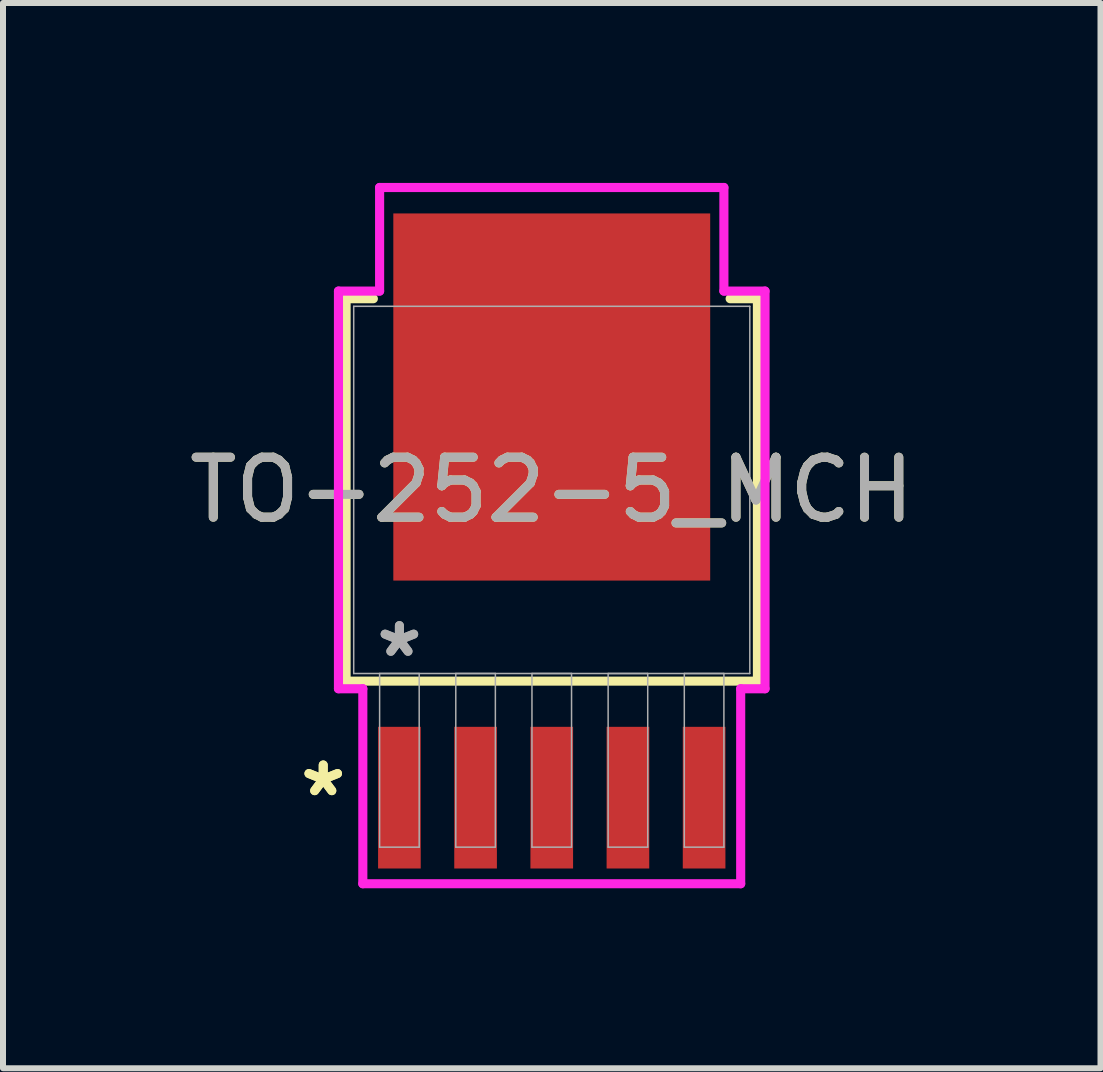
<source format=kicad_pcb>
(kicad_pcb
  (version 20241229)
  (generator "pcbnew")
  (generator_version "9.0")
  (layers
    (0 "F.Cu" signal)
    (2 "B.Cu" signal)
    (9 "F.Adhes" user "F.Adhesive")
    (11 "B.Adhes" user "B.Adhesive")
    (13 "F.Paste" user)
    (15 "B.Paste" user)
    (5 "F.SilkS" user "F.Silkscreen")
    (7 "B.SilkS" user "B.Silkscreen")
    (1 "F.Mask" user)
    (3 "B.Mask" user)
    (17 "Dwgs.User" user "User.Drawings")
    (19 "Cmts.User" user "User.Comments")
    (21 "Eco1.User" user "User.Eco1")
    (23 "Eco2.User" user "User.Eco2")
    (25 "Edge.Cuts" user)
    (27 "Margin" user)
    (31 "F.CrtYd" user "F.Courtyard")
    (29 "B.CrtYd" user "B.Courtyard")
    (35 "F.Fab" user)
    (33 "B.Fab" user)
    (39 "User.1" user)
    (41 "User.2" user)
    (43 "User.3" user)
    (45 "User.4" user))
  (footprint "TO-252-5_MCH"
    (layer "F.Cu")
    (at 6.149 5.118)
    (property "Reference" "TO-252-5_MCH" (at 0 0 0) (unlocked yes) (layer "F.SilkS") (effects (font (size 1 1) (thickness 0.15))))
    (attr smd)
    (fp_line (start -3.429 -3.188) (end -3.429 3.188) (stroke (width 0.152) (type solid)) (layer "F.SilkS"))
    (fp_line (start -3.429 3.188) (end 3.429 3.188) (stroke (width 0.152) (type solid)) (layer "F.SilkS"))
    (fp_line (start -2.974 -3.188) (end -3.429 -3.188) (stroke (width 0.152) (type solid)) (layer "F.SilkS"))
    (fp_line (start 3.429 -3.188) (end 2.974 -3.188) (stroke (width 0.152) (type solid)) (layer "F.SilkS"))
    (fp_line (start 3.429 3.188) (end 3.429 -3.188) (stroke (width 0.152) (type solid)) (layer "F.SilkS"))
    (fp_line (start -3.556 -3.315) (end -2.87 -3.315) (stroke (width 0.152) (type solid)) (layer "F.CrtYd"))
    (fp_line (start -3.556 3.315) (end -3.556 -3.315) (stroke (width 0.152) (type solid)) (layer "F.CrtYd"))
    (fp_line (start -3.15 3.315) (end -3.556 3.315) (stroke (width 0.152) (type solid)) (layer "F.CrtYd"))
    (fp_line (start -3.15 6.566) (end -3.15 3.315) (stroke (width 0.152) (type solid)) (layer "F.CrtYd"))
    (fp_line (start -2.87 -5.042) (end 2.87 -5.042) (stroke (width 0.152) (type solid)) (layer "F.CrtYd"))
    (fp_line (start -2.87 -3.315) (end -2.87 -5.042) (stroke (width 0.152) (type solid)) (layer "F.CrtYd"))
    (fp_line (start 2.87 -5.042) (end 2.87 -3.315) (stroke (width 0.152) (type solid)) (layer "F.CrtYd"))
    (fp_line (start 2.87 -3.315) (end 3.556 -3.315) (stroke (width 0.152) (type solid)) (layer "F.CrtYd"))
    (fp_line (start 3.15 3.315) (end 3.15 6.566) (stroke (width 0.152) (type solid)) (layer "F.CrtYd"))
    (fp_line (start 3.15 6.566) (end -3.15 6.566) (stroke (width 0.152) (type solid)) (layer "F.CrtYd"))
    (fp_line (start 3.556 -3.315) (end 3.556 3.315) (stroke (width 0.152) (type solid)) (layer "F.CrtYd"))
    (fp_line (start 3.556 3.315) (end 3.15 3.315) (stroke (width 0.152) (type solid)) (layer "F.CrtYd"))
    (fp_line (start -3.302 -3.061) (end -3.302 3.061) (stroke (width 0.025) (type solid)) (layer "F.Fab"))
    (fp_line (start -3.302 3.061) (end 3.302 3.061) (stroke (width 0.025) (type solid)) (layer "F.Fab"))
    (fp_line (start -2.87 3.061) (end -2.87 5.956) (stroke (width 0.025) (type solid)) (layer "F.Fab"))
    (fp_line (start -2.87 5.956) (end -2.21 5.956) (stroke (width 0.025) (type solid)) (layer "F.Fab"))
    (fp_line (start -2.21 3.061) (end -2.87 3.061) (stroke (width 0.025) (type solid)) (layer "F.Fab"))
    (fp_line (start -2.21 5.956) (end -2.21 3.061) (stroke (width 0.025) (type solid)) (layer "F.Fab"))
    (fp_line (start -1.6 3.061) (end -1.6 5.956) (stroke (width 0.025) (type solid)) (layer "F.Fab"))
    (fp_line (start -1.6 5.956) (end -0.94 5.956) (stroke (width 0.025) (type solid)) (layer "F.Fab"))
    (fp_line (start -0.94 3.061) (end -1.6 3.061) (stroke (width 0.025) (type solid)) (layer "F.Fab"))
    (fp_line (start -0.94 5.956) (end -0.94 3.061) (stroke (width 0.025) (type solid)) (layer "F.Fab"))
    (fp_line (start -0.33 3.061) (end -0.33 5.956) (stroke (width 0.025) (type solid)) (layer "F.Fab"))
    (fp_line (start -0.33 5.956) (end 0.33 5.956) (stroke (width 0.025) (type solid)) (layer "F.Fab"))
    (fp_line (start 0.33 3.061) (end -0.33 3.061) (stroke (width 0.025) (type solid)) (layer "F.Fab"))
    (fp_line (start 0.33 5.956) (end 0.33 3.061) (stroke (width 0.025) (type solid)) (layer "F.Fab"))
    (fp_line (start 0.94 3.061) (end 0.94 5.956) (stroke (width 0.025) (type solid)) (layer "F.Fab"))
    (fp_line (start 0.94 5.956) (end 1.6 5.956) (stroke (width 0.025) (type solid)) (layer "F.Fab"))
    (fp_line (start 1.6 3.061) (end 0.94 3.061) (stroke (width 0.025) (type solid)) (layer "F.Fab"))
    (fp_line (start 1.6 5.956) (end 1.6 3.061) (stroke (width 0.025) (type solid)) (layer "F.Fab"))
    (fp_line (start 2.21 3.061) (end 2.21 5.956) (stroke (width 0.025) (type solid)) (layer "F.Fab"))
    (fp_line (start 2.21 5.956) (end 2.87 5.956) (stroke (width 0.025) (type solid)) (layer "F.Fab"))
    (fp_line (start 2.87 3.061) (end 2.21 3.061) (stroke (width 0.025) (type solid)) (layer "F.Fab"))
    (fp_line (start 2.87 5.956) (end 2.87 3.061) (stroke (width 0.025) (type solid)) (layer "F.Fab"))
    (fp_line (start 3.302 -3.061) (end -3.302 -3.061) (stroke (width 0.025) (type solid)) (layer "F.Fab"))
    (fp_line (start 3.302 3.061) (end 3.302 -3.061) (stroke (width 0.025) (type solid)) (layer "F.Fab"))
    (fp_text user "*" (at -3.81 5.131 0) (unlocked yes) (layer "F.SilkS") (effects (font (size 1 1) (thickness 0.15))))
    (fp_text user "*" (at -3.81 5.131 0) (layer "F.SilkS") (effects (font (size 1 1) (thickness 0.15))))
    (fp_text user "${REFERENCE}" (at 0 0 0) (unlocked yes) (layer "F.Fab") (effects (font (size 1 1) (thickness 0.15))))
    (fp_text user "*" (at -2.54 2.807 0) (layer "F.Fab") (effects (font (size 1 1) (thickness 0.15))))
    (fp_text user "*" (at -2.54 2.807 0) (unlocked yes) (layer "F.Fab") (effects (font (size 1 1) (thickness 0.15))))
    (pad "1" smd rect (at -2.54 5.131) (size 0.711 2.362) (layers "F.Cu" "F.Mask" "F.Paste"))
    (pad "2" smd rect (at -1.27 5.131) (size 0.711 2.362) (layers "F.Cu" "F.Mask" "F.Paste"))
    (pad "3" smd rect (at 0 5.131) (size 0.711 2.362) (layers "F.Cu" "F.Mask" "F.Paste"))
    (pad "4" smd rect (at 1.27 5.131) (size 0.711 2.362) (layers "F.Cu" "F.Mask" "F.Paste"))
    (pad "5" smd rect (at 2.54 5.131) (size 0.711 2.362) (layers "F.Cu" "F.Mask" "F.Paste"))
    (pad "6" smd rect (at 0 -1.549) (size 5.283 6.121) (layers "F.Cu" "F.Mask" "F.Paste")))
  (gr_rect
    (start -3 -3)
    (end 15.298 14.76)
    (stroke (width 0.1) (type default))
    (fill no)
    (layer "Edge.Cuts")))
</source>
